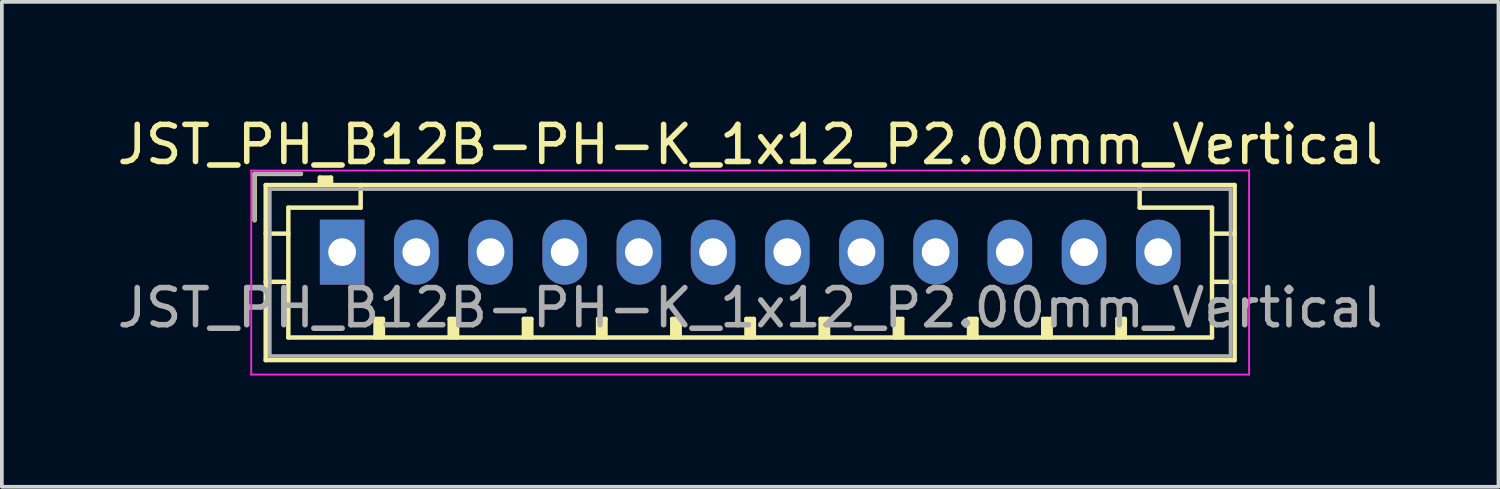
<source format=kicad_pcb>
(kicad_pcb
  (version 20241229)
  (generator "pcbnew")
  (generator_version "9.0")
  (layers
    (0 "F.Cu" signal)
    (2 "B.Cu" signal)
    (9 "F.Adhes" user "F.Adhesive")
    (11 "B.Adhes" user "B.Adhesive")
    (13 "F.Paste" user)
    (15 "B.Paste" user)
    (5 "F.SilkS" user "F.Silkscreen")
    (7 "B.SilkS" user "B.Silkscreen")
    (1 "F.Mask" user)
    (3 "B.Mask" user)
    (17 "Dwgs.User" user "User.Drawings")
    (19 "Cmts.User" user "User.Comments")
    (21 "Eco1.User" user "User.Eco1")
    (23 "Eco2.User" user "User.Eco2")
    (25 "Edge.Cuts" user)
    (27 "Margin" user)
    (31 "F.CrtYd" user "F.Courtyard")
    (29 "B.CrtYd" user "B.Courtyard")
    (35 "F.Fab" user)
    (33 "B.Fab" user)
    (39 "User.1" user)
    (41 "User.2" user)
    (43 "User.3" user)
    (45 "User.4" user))
  (footprint "JST_PH_B12B-PH-K_1x12_P2.00mm_Vertical"
    (layer "F.Cu")
    (at 6.173 3.748)
    (property "Reference" "JST_PH_B12B-PH-K_1x12_P2.00mm_Vertical" (at 11 -2.9 0) (layer "F.SilkS") (effects (font (size 1 1) (thickness 0.15))))
    (attr through_hole)
    (fp_line (start -2.36 -2.11) (end -2.36 -0.86) (stroke (width 0.12) (type solid)) (layer "F.SilkS"))
    (fp_line (start -2.06 -1.81) (end -2.06 2.91) (stroke (width 0.12) (type solid)) (layer "F.SilkS"))
    (fp_line (start -2.06 -0.5) (end -1.45 -0.5) (stroke (width 0.12) (type solid)) (layer "F.SilkS"))
    (fp_line (start -2.06 0.8) (end -1.45 0.8) (stroke (width 0.12) (type solid)) (layer "F.SilkS"))
    (fp_line (start -2.06 2.91) (end 24.06 2.91) (stroke (width 0.12) (type solid)) (layer "F.SilkS"))
    (fp_line (start -1.45 -1.2) (end -1.45 2.3) (stroke (width 0.12) (type solid)) (layer "F.SilkS"))
    (fp_line (start -1.45 2.3) (end 23.45 2.3) (stroke (width 0.12) (type solid)) (layer "F.SilkS"))
    (fp_line (start -1.11 -2.11) (end -2.36 -2.11) (stroke (width 0.12) (type solid)) (layer "F.SilkS"))
    (fp_line (start -0.6 -2.01) (end -0.6 -1.81) (stroke (width 0.12) (type solid)) (layer "F.SilkS"))
    (fp_line (start -0.3 -2.01) (end -0.6 -2.01) (stroke (width 0.12) (type solid)) (layer "F.SilkS"))
    (fp_line (start -0.3 -1.91) (end -0.6 -1.91) (stroke (width 0.12) (type solid)) (layer "F.SilkS"))
    (fp_line (start -0.3 -1.81) (end -0.3 -2.01) (stroke (width 0.12) (type solid)) (layer "F.SilkS"))
    (fp_line (start 0.5 -1.81) (end 0.5 -1.2) (stroke (width 0.12) (type solid)) (layer "F.SilkS"))
    (fp_line (start 0.5 -1.2) (end -1.45 -1.2) (stroke (width 0.12) (type solid)) (layer "F.SilkS"))
    (fp_line (start 0.9 1.8) (end 1.1 1.8) (stroke (width 0.12) (type solid)) (layer "F.SilkS"))
    (fp_line (start 0.9 2.3) (end 0.9 1.8) (stroke (width 0.12) (type solid)) (layer "F.SilkS"))
    (fp_line (start 1 2.3) (end 1 1.8) (stroke (width 0.12) (type solid)) (layer "F.SilkS"))
    (fp_line (start 1.1 1.8) (end 1.1 2.3) (stroke (width 0.12) (type solid)) (layer "F.SilkS"))
    (fp_line (start 2.9 1.8) (end 3.1 1.8) (stroke (width 0.12) (type solid)) (layer "F.SilkS"))
    (fp_line (start 2.9 2.3) (end 2.9 1.8) (stroke (width 0.12) (type solid)) (layer "F.SilkS"))
    (fp_line (start 3 2.3) (end 3 1.8) (stroke (width 0.12) (type solid)) (layer "F.SilkS"))
    (fp_line (start 3.1 1.8) (end 3.1 2.3) (stroke (width 0.12) (type solid)) (layer "F.SilkS"))
    (fp_line (start 4.9 1.8) (end 5.1 1.8) (stroke (width 0.12) (type solid)) (layer "F.SilkS"))
    (fp_line (start 4.9 2.3) (end 4.9 1.8) (stroke (width 0.12) (type solid)) (layer "F.SilkS"))
    (fp_line (start 5 2.3) (end 5 1.8) (stroke (width 0.12) (type solid)) (layer "F.SilkS"))
    (fp_line (start 5.1 1.8) (end 5.1 2.3) (stroke (width 0.12) (type solid)) (layer "F.SilkS"))
    (fp_line (start 6.9 1.8) (end 7.1 1.8) (stroke (width 0.12) (type solid)) (layer "F.SilkS"))
    (fp_line (start 6.9 2.3) (end 6.9 1.8) (stroke (width 0.12) (type solid)) (layer "F.SilkS"))
    (fp_line (start 7 2.3) (end 7 1.8) (stroke (width 0.12) (type solid)) (layer "F.SilkS"))
    (fp_line (start 7.1 1.8) (end 7.1 2.3) (stroke (width 0.12) (type solid)) (layer "F.SilkS"))
    (fp_line (start 8.9 1.8) (end 9.1 1.8) (stroke (width 0.12) (type solid)) (layer "F.SilkS"))
    (fp_line (start 8.9 2.3) (end 8.9 1.8) (stroke (width 0.12) (type solid)) (layer "F.SilkS"))
    (fp_line (start 9 2.3) (end 9 1.8) (stroke (width 0.12) (type solid)) (layer "F.SilkS"))
    (fp_line (start 9.1 1.8) (end 9.1 2.3) (stroke (width 0.12) (type solid)) (layer "F.SilkS"))
    (fp_line (start 10.9 1.8) (end 11.1 1.8) (stroke (width 0.12) (type solid)) (layer "F.SilkS"))
    (fp_line (start 10.9 2.3) (end 10.9 1.8) (stroke (width 0.12) (type solid)) (layer "F.SilkS"))
    (fp_line (start 11 2.3) (end 11 1.8) (stroke (width 0.12) (type solid)) (layer "F.SilkS"))
    (fp_line (start 11.1 1.8) (end 11.1 2.3) (stroke (width 0.12) (type solid)) (layer "F.SilkS"))
    (fp_line (start 12.9 1.8) (end 13.1 1.8) (stroke (width 0.12) (type solid)) (layer "F.SilkS"))
    (fp_line (start 12.9 2.3) (end 12.9 1.8) (stroke (width 0.12) (type solid)) (layer "F.SilkS"))
    (fp_line (start 13 2.3) (end 13 1.8) (stroke (width 0.12) (type solid)) (layer "F.SilkS"))
    (fp_line (start 13.1 1.8) (end 13.1 2.3) (stroke (width 0.12) (type solid)) (layer "F.SilkS"))
    (fp_line (start 14.9 1.8) (end 15.1 1.8) (stroke (width 0.12) (type solid)) (layer "F.SilkS"))
    (fp_line (start 14.9 2.3) (end 14.9 1.8) (stroke (width 0.12) (type solid)) (layer "F.SilkS"))
    (fp_line (start 15 2.3) (end 15 1.8) (stroke (width 0.12) (type solid)) (layer "F.SilkS"))
    (fp_line (start 15.1 1.8) (end 15.1 2.3) (stroke (width 0.12) (type solid)) (layer "F.SilkS"))
    (fp_line (start 16.9 1.8) (end 17.1 1.8) (stroke (width 0.12) (type solid)) (layer "F.SilkS"))
    (fp_line (start 16.9 2.3) (end 16.9 1.8) (stroke (width 0.12) (type solid)) (layer "F.SilkS"))
    (fp_line (start 17 2.3) (end 17 1.8) (stroke (width 0.12) (type solid)) (layer "F.SilkS"))
    (fp_line (start 17.1 1.8) (end 17.1 2.3) (stroke (width 0.12) (type solid)) (layer "F.SilkS"))
    (fp_line (start 18.9 1.8) (end 19.1 1.8) (stroke (width 0.12) (type solid)) (layer "F.SilkS"))
    (fp_line (start 18.9 2.3) (end 18.9 1.8) (stroke (width 0.12) (type solid)) (layer "F.SilkS"))
    (fp_line (start 19 2.3) (end 19 1.8) (stroke (width 0.12) (type solid)) (layer "F.SilkS"))
    (fp_line (start 19.1 1.8) (end 19.1 2.3) (stroke (width 0.12) (type solid)) (layer "F.SilkS"))
    (fp_line (start 20.9 1.8) (end 21.1 1.8) (stroke (width 0.12) (type solid)) (layer "F.SilkS"))
    (fp_line (start 20.9 2.3) (end 20.9 1.8) (stroke (width 0.12) (type solid)) (layer "F.SilkS"))
    (fp_line (start 21 2.3) (end 21 1.8) (stroke (width 0.12) (type solid)) (layer "F.SilkS"))
    (fp_line (start 21.1 1.8) (end 21.1 2.3) (stroke (width 0.12) (type solid)) (layer "F.SilkS"))
    (fp_line (start 21.5 -1.2) (end 21.5 -1.81) (stroke (width 0.12) (type solid)) (layer "F.SilkS"))
    (fp_line (start 23.45 -1.2) (end 21.5 -1.2) (stroke (width 0.12) (type solid)) (layer "F.SilkS"))
    (fp_line (start 23.45 2.3) (end 23.45 -1.2) (stroke (width 0.12) (type solid)) (layer "F.SilkS"))
    (fp_line (start 24.06 -1.81) (end -2.06 -1.81) (stroke (width 0.12) (type solid)) (layer "F.SilkS"))
    (fp_line (start 24.06 -0.5) (end 23.45 -0.5) (stroke (width 0.12) (type solid)) (layer "F.SilkS"))
    (fp_line (start 24.06 0.8) (end 23.45 0.8) (stroke (width 0.12) (type solid)) (layer "F.SilkS"))
    (fp_line (start 24.06 2.91) (end 24.06 -1.81) (stroke (width 0.12) (type solid)) (layer "F.SilkS"))
    (fp_line (start -2.45 -2.2) (end -2.45 3.3) (stroke (width 0.05) (type solid)) (layer "F.CrtYd"))
    (fp_line (start -2.45 3.3) (end 24.45 3.3) (stroke (width 0.05) (type solid)) (layer "F.CrtYd"))
    (fp_line (start 24.45 -2.2) (end -2.45 -2.2) (stroke (width 0.05) (type solid)) (layer "F.CrtYd"))
    (fp_line (start 24.45 3.3) (end 24.45 -2.2) (stroke (width 0.05) (type solid)) (layer "F.CrtYd"))
    (fp_line (start -2.36 -2.11) (end -2.36 -0.86) (stroke (width 0.1) (type solid)) (layer "F.Fab"))
    (fp_line (start -1.95 -1.7) (end -1.95 2.8) (stroke (width 0.1) (type solid)) (layer "F.Fab"))
    (fp_line (start -1.95 2.8) (end 23.95 2.8) (stroke (width 0.1) (type solid)) (layer "F.Fab"))
    (fp_line (start -1.11 -2.11) (end -2.36 -2.11) (stroke (width 0.1) (type solid)) (layer "F.Fab"))
    (fp_line (start 23.95 -1.7) (end -1.95 -1.7) (stroke (width 0.1) (type solid)) (layer "F.Fab"))
    (fp_line (start 23.95 2.8) (end 23.95 -1.7) (stroke (width 0.1) (type solid)) (layer "F.Fab"))
    (fp_text user "${REFERENCE}" (at 11 1.5 0) (layer "F.Fab") (effects (font (size 1 1) (thickness 0.15))))
    (pad "1" thru_hole rect (at 0 0) (size 1.2 1.75) (drill 0.75) (layers "*.Cu" "*.Mask"))
    (pad "2" thru_hole oval (at 2 0) (size 1.2 1.75) (drill 0.75) (layers "*.Cu" "*.Mask"))
    (pad "3" thru_hole oval (at 4 0) (size 1.2 1.75) (drill 0.75) (layers "*.Cu" "*.Mask"))
    (pad "4" thru_hole oval (at 6 0) (size 1.2 1.75) (drill 0.75) (layers "*.Cu" "*.Mask"))
    (pad "5" thru_hole oval (at 8 0) (size 1.2 1.75) (drill 0.75) (layers "*.Cu" "*.Mask"))
    (pad "6" thru_hole oval (at 10 0) (size 1.2 1.75) (drill 0.75) (layers "*.Cu" "*.Mask"))
    (pad "7" thru_hole oval (at 12 0) (size 1.2 1.75) (drill 0.75) (layers "*.Cu" "*.Mask"))
    (pad "8" thru_hole oval (at 14 0) (size 1.2 1.75) (drill 0.75) (layers "*.Cu" "*.Mask"))
    (pad "9" thru_hole oval (at 16 0) (size 1.2 1.75) (drill 0.75) (layers "*.Cu" "*.Mask"))
    (pad "10" thru_hole oval (at 18 0) (size 1.2 1.75) (drill 0.75) (layers "*.Cu" "*.Mask"))
    (pad "11" thru_hole oval (at 20 0) (size 1.2 1.75) (drill 0.75) (layers "*.Cu" "*.Mask"))
    (pad "12" thru_hole oval (at 22 0) (size 1.2 1.75) (drill 0.75) (layers "*.Cu" "*.Mask")))
  (gr_rect
    (start -3 -3)
    (end 37.345 10.073)
    (stroke (width 0.1) (type default))
    (fill no)
    (layer "Edge.Cuts")))
</source>
